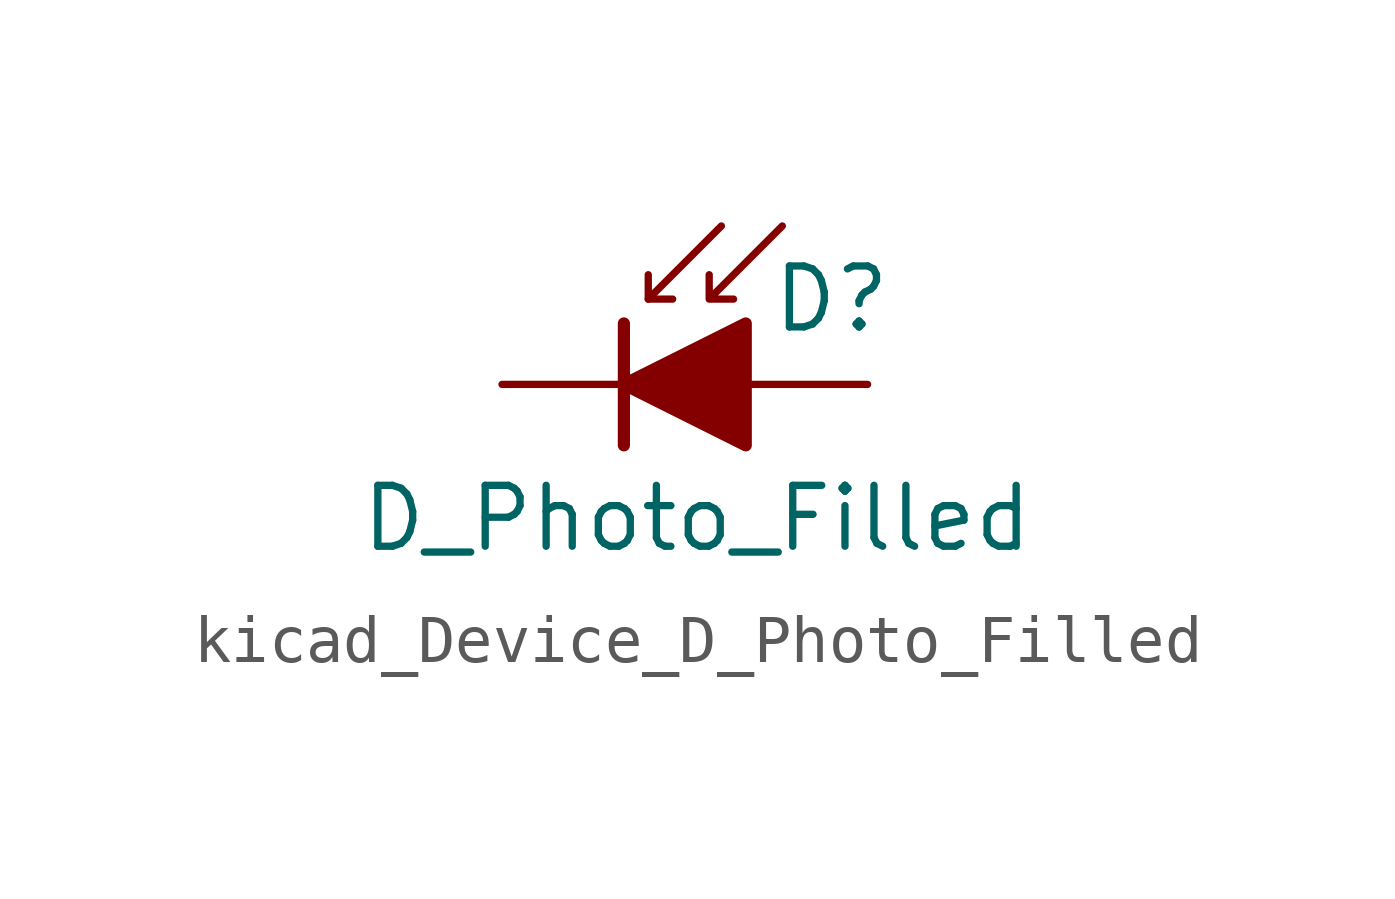
<source format=kicad_sym>
(kicad_symbol_lib
  (version 20220914)
  (generator kicad_symbol_editor)
  (symbol "kicad_Device_D_Photo_Filled"
    (pin_numbers hide)
    (pin_names hide)
    (property "Reference" "D"
      (at 0.508 1.778 0)
      (effects (font (size 1.27 1.27)) (justify left)))
    (property "Value" "D_Photo_Filled"
      (at -1.016 -2.794 0)
      (effects (font (size 1.27 1.27))))
    (symbol "kicad_Device_D_Photo_Filled_0_1"
      (polyline (pts (xy -2.54 1.27) (xy -2.54 -1.27)) (stroke (width 0.254) (type default)) (fill (type none)))
      (polyline (pts (xy -2.032 1.778) (xy -1.524 1.778)) (stroke (width 0) (type default)) (fill (type none)))
      (polyline (pts (xy 0 0) (xy -2.54 0)) (stroke (width 0) (type default)) (fill (type none)))
      (polyline (pts (xy -0.508 3.302) (xy -2.032 1.778) (xy -2.032 2.286)) (stroke (width 0) (type default)) (fill (type none)))
      (polyline (pts (xy 0 -1.27) (xy 0 1.27) (xy -2.54 0) (xy 0 -1.27)) (stroke (width 0.254) (type default)) (fill (type outline)))
      (polyline (pts (xy 0.762 3.302) (xy -0.762 1.778) (xy -0.762 2.286) (xy -0.762 1.778) (xy -0.254 1.778)) (stroke (width 0) (type default)) (fill (type none))))
    (symbol "kicad_Device_D_Photo_Filled_1_1"
      (pin passive line (at -5.08 0 0) (length 2.54) (name "K" (effects (font (size 1.27 1.27)))) (number "1" (effects (font (size 1.27 1.27)))))
      (pin passive line (at 2.54 0 180) (length 2.54) (name "A" (effects (font (size 1.27 1.27)))) (number "2" (effects (font (size 1.27 1.27))))))))
</source>
